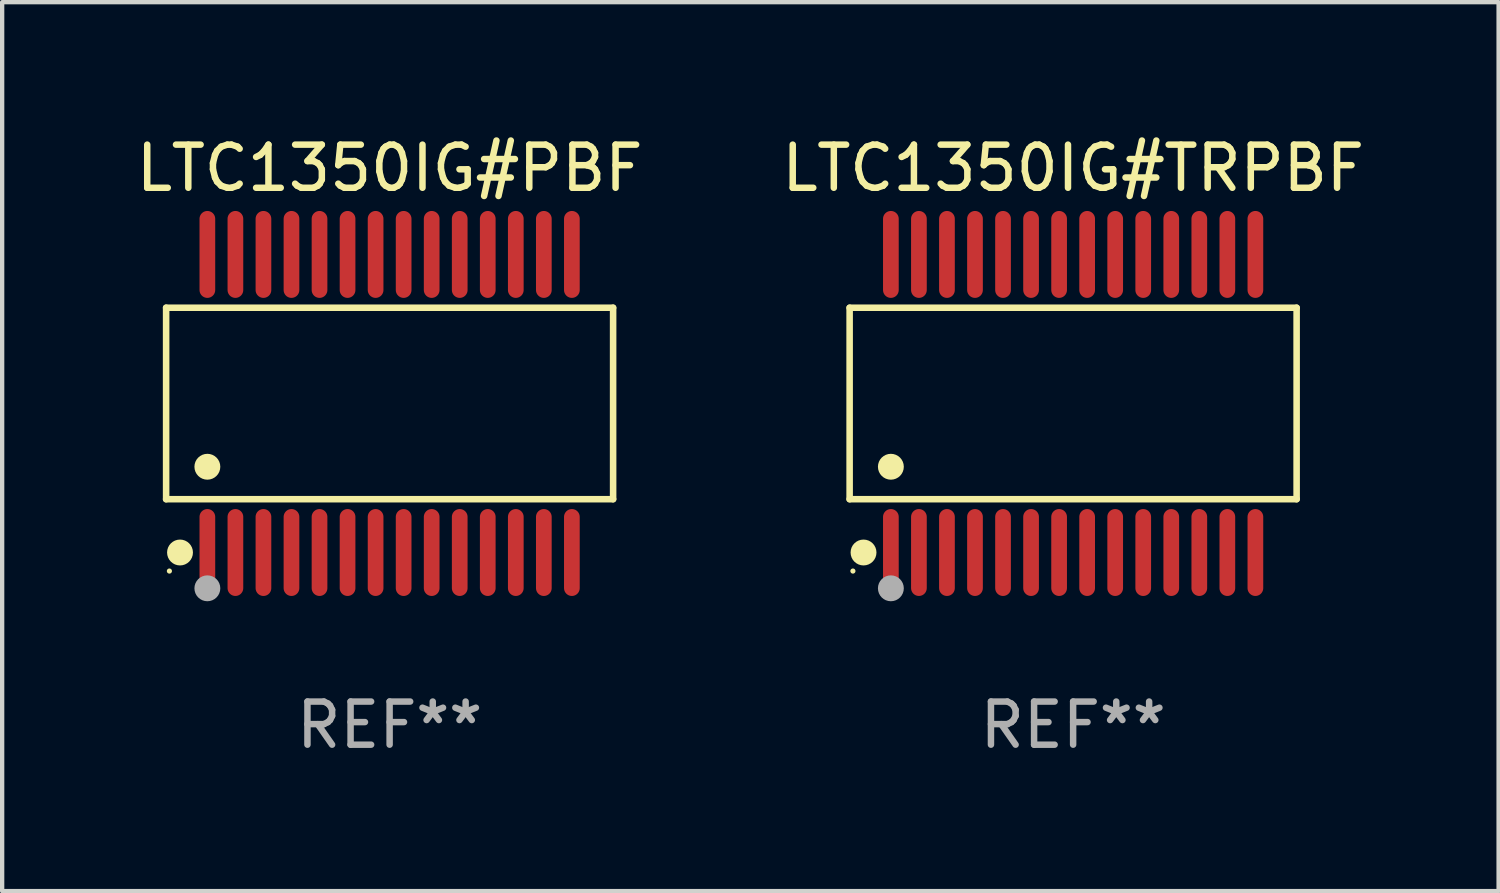
<source format=kicad_pcb>
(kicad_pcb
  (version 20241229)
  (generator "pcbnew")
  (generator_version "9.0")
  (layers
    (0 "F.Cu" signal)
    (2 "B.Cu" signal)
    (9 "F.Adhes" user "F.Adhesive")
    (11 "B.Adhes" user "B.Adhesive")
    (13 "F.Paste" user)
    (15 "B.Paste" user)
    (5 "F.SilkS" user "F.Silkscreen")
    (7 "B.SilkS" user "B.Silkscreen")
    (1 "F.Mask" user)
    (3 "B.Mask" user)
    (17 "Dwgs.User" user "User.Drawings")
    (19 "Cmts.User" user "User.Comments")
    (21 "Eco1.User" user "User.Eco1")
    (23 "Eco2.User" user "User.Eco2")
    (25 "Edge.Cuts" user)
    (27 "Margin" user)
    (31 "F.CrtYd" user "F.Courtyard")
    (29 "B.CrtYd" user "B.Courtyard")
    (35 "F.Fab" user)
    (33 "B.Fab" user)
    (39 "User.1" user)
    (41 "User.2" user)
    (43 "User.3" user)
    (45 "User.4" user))
  (footprint "LTC1350IG#TRPBF"
    (layer "F.Cu")
    (at 21.827 6.303)
    (property "Reference" "LTC1350IG#TRPBF" (at 0 -5.455 0) (layer "F.SilkS") (effects (font (size 1 1) (thickness 0.15))))
    (attr through_hole)
    (fp_line (start -5.181 -2.219) (end 5.181 -2.219) (stroke (width 0.152) (type solid)) (layer "F.SilkS"))
    (fp_line (start -5.181 2.219) (end -5.181 -2.219) (stroke (width 0.152) (type solid)) (layer "F.SilkS"))
    (fp_line (start 5.181 -2.219) (end 5.181 2.219) (stroke (width 0.152) (type solid)) (layer "F.SilkS"))
    (fp_line (start 5.181 2.219) (end -5.181 2.219) (stroke (width 0.152) (type solid)) (layer "F.SilkS"))
    (fp_circle (center -5.105 3.885) (end -5.075 3.885) (stroke (width 0.06) (type solid)) (fill no) (layer "F.SilkS"))
    (fp_circle (center -4.859 3.455) (end -4.709 3.455) (stroke (width 0.3) (type solid)) (fill no) (layer "F.SilkS"))
    (fp_circle (center -4.225 1.467) (end -4.075 1.467) (stroke (width 0.3) (type solid)) (fill no) (layer "F.SilkS"))
    (fp_circle (center -4.225 4.285) (end -4.075 4.285) (stroke (width 0.3) (type solid)) (fill no) (layer "F.Fab"))
    (fp_text user "REF**" (at 0 7.455 0) (layer "F.Fab") (effects (font (size 1 1) (thickness 0.15))))
    (pad "1" smd oval (at -4.225 3.455) (size 0.364 2.015) (layers "F.Cu" "F.Mask" "F.Paste"))
    (pad "2" smd oval (at -3.575 3.455) (size 0.364 2.015) (layers "F.Cu" "F.Mask" "F.Paste"))
    (pad "3" smd oval (at -2.925 3.455) (size 0.364 2.015) (layers "F.Cu" "F.Mask" "F.Paste"))
    (pad "4" smd oval (at -2.275 3.455) (size 0.364 2.015) (layers "F.Cu" "F.Mask" "F.Paste"))
    (pad "5" smd oval (at -1.625 3.455) (size 0.364 2.015) (layers "F.Cu" "F.Mask" "F.Paste"))
    (pad "6" smd oval (at -0.975 3.455) (size 0.364 2.015) (layers "F.Cu" "F.Mask" "F.Paste"))
    (pad "7" smd oval (at -0.325 3.455) (size 0.364 2.015) (layers "F.Cu" "F.Mask" "F.Paste"))
    (pad "8" smd oval (at 0.325 3.455) (size 0.364 2.015) (layers "F.Cu" "F.Mask" "F.Paste"))
    (pad "9" smd oval (at 0.975 3.455) (size 0.364 2.015) (layers "F.Cu" "F.Mask" "F.Paste"))
    (pad "10" smd oval (at 1.625 3.455) (size 0.364 2.015) (layers "F.Cu" "F.Mask" "F.Paste"))
    (pad "11" smd oval (at 2.275 3.455) (size 0.364 2.015) (layers "F.Cu" "F.Mask" "F.Paste"))
    (pad "12" smd oval (at 2.925 3.455) (size 0.364 2.015) (layers "F.Cu" "F.Mask" "F.Paste"))
    (pad "13" smd oval (at 3.575 3.455) (size 0.364 2.015) (layers "F.Cu" "F.Mask" "F.Paste"))
    (pad "14" smd oval (at 4.225 3.455) (size 0.364 2.015) (layers "F.Cu" "F.Mask" "F.Paste"))
    (pad "15" smd oval (at 4.225 -3.455) (size 0.364 2.015) (layers "F.Cu" "F.Mask" "F.Paste"))
    (pad "16" smd oval (at 3.575 -3.455) (size 0.364 2.015) (layers "F.Cu" "F.Mask" "F.Paste"))
    (pad "17" smd oval (at 2.925 -3.455) (size 0.364 2.015) (layers "F.Cu" "F.Mask" "F.Paste"))
    (pad "18" smd oval (at 2.275 -3.455) (size 0.364 2.015) (layers "F.Cu" "F.Mask" "F.Paste"))
    (pad "19" smd oval (at 1.625 -3.455) (size 0.364 2.015) (layers "F.Cu" "F.Mask" "F.Paste"))
    (pad "20" smd oval (at 0.975 -3.455) (size 0.364 2.015) (layers "F.Cu" "F.Mask" "F.Paste"))
    (pad "21" smd oval (at 0.325 -3.455) (size 0.364 2.015) (layers "F.Cu" "F.Mask" "F.Paste"))
    (pad "22" smd oval (at -0.325 -3.455) (size 0.364 2.015) (layers "F.Cu" "F.Mask" "F.Paste"))
    (pad "23" smd oval (at -0.975 -3.455) (size 0.364 2.015) (layers "F.Cu" "F.Mask" "F.Paste"))
    (pad "24" smd oval (at -1.625 -3.455) (size 0.364 2.015) (layers "F.Cu" "F.Mask" "F.Paste"))
    (pad "25" smd oval (at -2.275 -3.455) (size 0.364 2.015) (layers "F.Cu" "F.Mask" "F.Paste"))
    (pad "26" smd oval (at -2.925 -3.455) (size 0.364 2.015) (layers "F.Cu" "F.Mask" "F.Paste"))
    (pad "27" smd oval (at -3.575 -3.455) (size 0.364 2.015) (layers "F.Cu" "F.Mask" "F.Paste"))
    (pad "28" smd oval (at -4.225 -3.455) (size 0.364 2.015) (layers "F.Cu" "F.Mask" "F.Paste")))
  (footprint "LTC1350IG#PBF"
    (layer "F.Cu")
    (at 5.982 6.303)
    (property "Reference" "LTC1350IG#PBF" (at 0 -5.455 0) (layer "F.SilkS") (effects (font (size 1 1) (thickness 0.15))))
    (attr through_hole)
    (fp_line (start -5.181 -2.219) (end 5.181 -2.219) (stroke (width 0.152) (type solid)) (layer "F.SilkS"))
    (fp_line (start -5.181 2.219) (end -5.181 -2.219) (stroke (width 0.152) (type solid)) (layer "F.SilkS"))
    (fp_line (start 5.181 -2.219) (end 5.181 2.219) (stroke (width 0.152) (type solid)) (layer "F.SilkS"))
    (fp_line (start 5.181 2.219) (end -5.181 2.219) (stroke (width 0.152) (type solid)) (layer "F.SilkS"))
    (fp_circle (center -5.105 3.885) (end -5.075 3.885) (stroke (width 0.06) (type solid)) (fill no) (layer "F.SilkS"))
    (fp_circle (center -4.859 3.455) (end -4.709 3.455) (stroke (width 0.3) (type solid)) (fill no) (layer "F.SilkS"))
    (fp_circle (center -4.225 1.467) (end -4.075 1.467) (stroke (width 0.3) (type solid)) (fill no) (layer "F.SilkS"))
    (fp_circle (center -4.225 4.285) (end -4.075 4.285) (stroke (width 0.3) (type solid)) (fill no) (layer "F.Fab"))
    (fp_text user "REF**" (at 0 7.455 0) (layer "F.Fab") (effects (font (size 1 1) (thickness 0.15))))
    (pad "1" smd oval (at -4.225 3.455) (size 0.364 2.015) (layers "F.Cu" "F.Mask" "F.Paste"))
    (pad "2" smd oval (at -3.575 3.455) (size 0.364 2.015) (layers "F.Cu" "F.Mask" "F.Paste"))
    (pad "3" smd oval (at -2.925 3.455) (size 0.364 2.015) (layers "F.Cu" "F.Mask" "F.Paste"))
    (pad "4" smd oval (at -2.275 3.455) (size 0.364 2.015) (layers "F.Cu" "F.Mask" "F.Paste"))
    (pad "5" smd oval (at -1.625 3.455) (size 0.364 2.015) (layers "F.Cu" "F.Mask" "F.Paste"))
    (pad "6" smd oval (at -0.975 3.455) (size 0.364 2.015) (layers "F.Cu" "F.Mask" "F.Paste"))
    (pad "7" smd oval (at -0.325 3.455) (size 0.364 2.015) (layers "F.Cu" "F.Mask" "F.Paste"))
    (pad "8" smd oval (at 0.325 3.455) (size 0.364 2.015) (layers "F.Cu" "F.Mask" "F.Paste"))
    (pad "9" smd oval (at 0.975 3.455) (size 0.364 2.015) (layers "F.Cu" "F.Mask" "F.Paste"))
    (pad "10" smd oval (at 1.625 3.455) (size 0.364 2.015) (layers "F.Cu" "F.Mask" "F.Paste"))
    (pad "11" smd oval (at 2.275 3.455) (size 0.364 2.015) (layers "F.Cu" "F.Mask" "F.Paste"))
    (pad "12" smd oval (at 2.925 3.455) (size 0.364 2.015) (layers "F.Cu" "F.Mask" "F.Paste"))
    (pad "13" smd oval (at 3.575 3.455) (size 0.364 2.015) (layers "F.Cu" "F.Mask" "F.Paste"))
    (pad "14" smd oval (at 4.225 3.455) (size 0.364 2.015) (layers "F.Cu" "F.Mask" "F.Paste"))
    (pad "15" smd oval (at 4.225 -3.455) (size 0.364 2.015) (layers "F.Cu" "F.Mask" "F.Paste"))
    (pad "16" smd oval (at 3.575 -3.455) (size 0.364 2.015) (layers "F.Cu" "F.Mask" "F.Paste"))
    (pad "17" smd oval (at 2.925 -3.455) (size 0.364 2.015) (layers "F.Cu" "F.Mask" "F.Paste"))
    (pad "18" smd oval (at 2.275 -3.455) (size 0.364 2.015) (layers "F.Cu" "F.Mask" "F.Paste"))
    (pad "19" smd oval (at 1.625 -3.455) (size 0.364 2.015) (layers "F.Cu" "F.Mask" "F.Paste"))
    (pad "20" smd oval (at 0.975 -3.455) (size 0.364 2.015) (layers "F.Cu" "F.Mask" "F.Paste"))
    (pad "21" smd oval (at 0.325 -3.455) (size 0.364 2.015) (layers "F.Cu" "F.Mask" "F.Paste"))
    (pad "22" smd oval (at -0.325 -3.455) (size 0.364 2.015) (layers "F.Cu" "F.Mask" "F.Paste"))
    (pad "23" smd oval (at -0.975 -3.455) (size 0.364 2.015) (layers "F.Cu" "F.Mask" "F.Paste"))
    (pad "24" smd oval (at -1.625 -3.455) (size 0.364 2.015) (layers "F.Cu" "F.Mask" "F.Paste"))
    (pad "25" smd oval (at -2.275 -3.455) (size 0.364 2.015) (layers "F.Cu" "F.Mask" "F.Paste"))
    (pad "26" smd oval (at -2.925 -3.455) (size 0.364 2.015) (layers "F.Cu" "F.Mask" "F.Paste"))
    (pad "27" smd oval (at -3.575 -3.455) (size 0.364 2.015) (layers "F.Cu" "F.Mask" "F.Paste"))
    (pad "28" smd oval (at -4.225 -3.455) (size 0.364 2.015) (layers "F.Cu" "F.Mask" "F.Paste")))
  (gr_rect
    (start -3 -3)
    (end 31.69 17.607)
    (stroke (width 0.1) (type default))
    (fill no)
    (layer "Edge.Cuts")))
</source>
